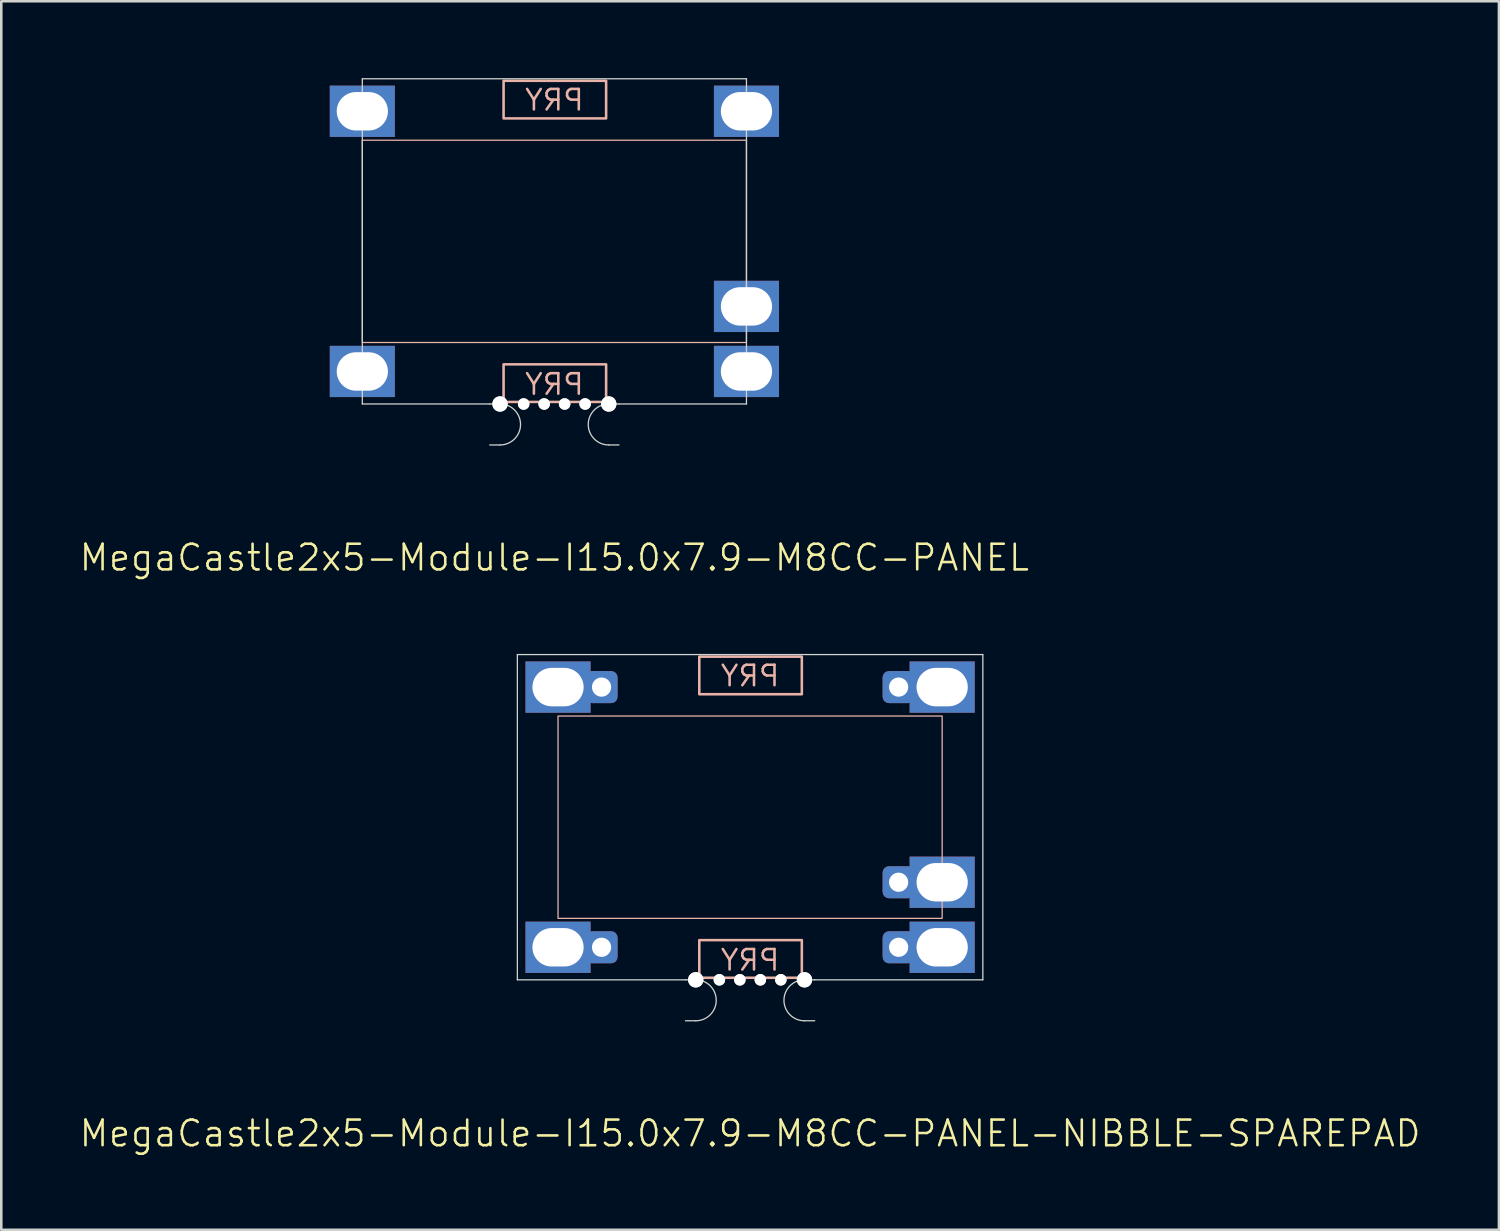
<source format=kicad_pcb>
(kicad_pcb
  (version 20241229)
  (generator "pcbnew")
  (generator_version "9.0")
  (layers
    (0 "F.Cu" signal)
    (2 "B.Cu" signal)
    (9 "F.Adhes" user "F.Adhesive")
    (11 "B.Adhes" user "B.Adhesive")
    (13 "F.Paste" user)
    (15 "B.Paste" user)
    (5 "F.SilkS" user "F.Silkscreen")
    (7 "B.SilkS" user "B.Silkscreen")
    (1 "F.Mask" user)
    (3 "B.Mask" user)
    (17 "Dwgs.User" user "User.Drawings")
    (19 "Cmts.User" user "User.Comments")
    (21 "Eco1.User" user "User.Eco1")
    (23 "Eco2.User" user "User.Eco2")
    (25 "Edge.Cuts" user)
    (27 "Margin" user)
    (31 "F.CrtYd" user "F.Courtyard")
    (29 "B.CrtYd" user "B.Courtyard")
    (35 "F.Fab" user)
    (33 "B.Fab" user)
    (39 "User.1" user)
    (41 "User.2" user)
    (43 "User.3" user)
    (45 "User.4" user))
  (footprint "MegaCastle2x5-Module-I15.0x7.9-M8CC-PANEL-NIBBLE-SPAREPAD"
    (layer "F.Cu")
    (at 26.24 28.86)
    (property "Reference" "MegaCastle2x5-Module-I15.0x7.9-M8CC-PANEL-NIBBLE-SPAREPAD" (at 0 12.35 0) (unlocked yes) (layer "F.SilkS") (effects (font (size 1 1) (thickness 0.1))))
    (attr smd)
    (fp_rect (start -7.5 3.95) (end 7.5 -3.95) (stroke (width 0.05) (type default)) (fill no) (layer "B.SilkS"))
    (fp_rect (start -1.984 -4.801) (end 2.02 -6.27) (stroke (width 0.1) (type default)) (fill no) (layer "B.SilkS"))
    (fp_rect (start -1.984 4.801) (end 2.02 6.27) (stroke (width 0.1) (type default)) (fill no) (layer "B.SilkS"))
    (fp_line (start -9.088 -6.35) (end -9.088 6.35) (stroke (width 0.05) (type default)) (layer "Edge.Cuts"))
    (fp_line (start -9.088 -6.35) (end 9.088 -6.35) (stroke (width 0.05) (type default)) (layer "Edge.Cuts"))
    (fp_line (start -9.088 6.35) (end -2.522 6.35) (stroke (width 0.05) (type default)) (layer "Edge.Cuts"))
    (fp_line (start -2.522 6.35) (end -2.123 6.35) (stroke (width 0.05) (type default)) (layer "Edge.Cuts"))
    (fp_line (start -2.522 7.95) (end -2.123 7.95) (stroke (width 0.05) (type default)) (layer "Edge.Cuts"))
    (fp_line (start 2.522 6.35) (end 2.123 6.35) (stroke (width 0.05) (type default)) (layer "Edge.Cuts"))
    (fp_line (start 2.522 6.35) (end 9.088 6.35) (stroke (width 0.05) (type default)) (layer "Edge.Cuts"))
    (fp_line (start 2.522 7.95) (end 2.123 7.95) (stroke (width 0.05) (type default)) (layer "Edge.Cuts"))
    (fp_line (start 9.088 -6.35) (end 9.088 6.35) (stroke (width 0.05) (type default)) (layer "Edge.Cuts"))
    (fp_arc (start -2.1225 6.35) (mid -1.3225 7.15) (end -2.1225 7.95) (stroke (width 0.05) (type default)) (layer "Edge.Cuts"))
    (fp_arc (start 2.1225 7.95) (mid 1.3225 7.15) (end 2.1225 6.35) (stroke (width 0.05) (type default)) (layer "Edge.Cuts"))
    (fp_text user "PRY" (at 0 6.05 0) (unlocked yes) (layer "B.SilkS") (effects (font (size 0.8 0.8) (thickness 0.1)) (justify bottom mirror)))
    (fp_text user "PRY" (at 0 -5.05 0) (unlocked yes) (layer "B.SilkS") (effects (font (size 0.8 0.8) (thickness 0.1)) (justify bottom mirror)))
    (pad "" np_thru_hole circle (at -2.123 6.35) (size 0.6 0.6) (drill 0.6) (layers "*.Cu" "Edge.Cuts"))
    (pad "" np_thru_hole circle (at -1.2 6.35) (size 0.45 0.45) (drill 0.45) (layers "*.Cu" "Edge.Cuts"))
    (pad "" np_thru_hole circle (at -0.4 6.35) (size 0.45 0.45) (drill 0.45) (layers "*.Cu" "Edge.Cuts"))
    (pad "" np_thru_hole circle (at 0.4 6.35) (size 0.45 0.45) (drill 0.45) (layers "*.Cu" "Edge.Cuts"))
    (pad "" np_thru_hole circle (at 1.2 6.35) (size 0.45 0.45) (drill 0.45) (layers "*.Cu" "Edge.Cuts"))
    (pad "" np_thru_hole circle (at 2.123 6.35) (size 0.6 0.6) (drill 0.6) (layers "*.Cu" "Edge.Cuts"))
    (pad "1" thru_hole rect (at -7.5 -5.08) (size 2.54 2) (drill oval 2 1.5) (property pad_prop_castellated) (layers "*.Cu" "*.Mask"))
    (pad "1" thru_hole roundrect (at -5.8 -5.08 180) (size 1.25 1.25) (drill 0.75) (layers "*.Cu" "*.Mask") (roundrect_rratio 0.2))
    (pad "5" thru_hole rect (at -7.5 5.08) (size 2.54 2) (drill oval 2 1.5) (property pad_prop_castellated) (layers "*.Cu" "*.Mask"))
    (pad "5" thru_hole roundrect (at -5.8 5.08 180) (size 1.25 1.25) (drill 0.75) (layers "*.Cu" "*.Mask") (roundrect_rratio 0.2))
    (pad "6" thru_hole roundrect (at 5.8 -5.08 180) (size 1.25 1.25) (drill 0.75) (layers "*.Cu" "*.Mask") (roundrect_rratio 0.2))
    (pad "6" thru_hole rect (at 7.5 -5.08) (size 2.54 2) (drill oval 2 1.5) (property pad_prop_castellated) (layers "*.Cu" "*.Mask"))
    (pad "9" thru_hole roundrect (at 5.8 2.54 180) (size 1.25 1.25) (drill 0.75) (layers "*.Cu" "*.Mask") (roundrect_rratio 0.2))
    (pad "9" thru_hole rect (at 7.5 2.54) (size 2.54 2) (drill oval 2 1.5) (property pad_prop_castellated) (layers "*.Cu" "*.Mask"))
    (pad "10" thru_hole roundrect (at 5.8 5.08 180) (size 1.25 1.25) (drill 0.75) (layers "*.Cu" "*.Mask") (roundrect_rratio 0.2))
    (pad "10" thru_hole rect (at 7.5 5.08) (size 2.54 2) (drill oval 2 1.5) (property pad_prop_castellated) (layers "*.Cu" "*.Mask"))
    (zone (net_name "") (layer "B.Cu") (hatch edge 0.5) (connect_pads) (min_thickness 0.25) (filled_areas_thickness no) (keepout (tracks allowed) (vias allowed) (pads allowed) (copperpour allowed) (footprints not_allowed)) (placement (enabled no)) (fill) (polygon (pts (xy 18.74 35.211) (xy 18.74 22.511))))
    (zone (net_name "") (layer "B.Cu") (hatch edge 0.5) (connect_pads) (min_thickness 0.25) (filled_areas_thickness no) (keepout (tracks allowed) (vias allowed) (pads allowed) (copperpour allowed) (footprints not_allowed)) (placement (enabled no)) (fill) (polygon (pts (xy 33.74 35.211) (xy 33.74 22.511))))
    (zone (net_name "") (layer "B.Cu") (hatch edge 0.5) (connect_pads) (min_thickness 0.25) (filled_areas_thickness no) (keepout (tracks allowed) (vias allowed) (pads allowed) (copperpour allowed) (footprints not_allowed)) (placement (enabled no)) (fill) (polygon (pts (xy 18.74 22.511) (xy 18.74 24.91) (xy 33.74 24.91) (xy 33.74 22.511))))
    (zone (net_name "") (layer "B.Cu") (hatch edge 0.5) (connect_pads) (min_thickness 0.25) (filled_areas_thickness no) (keepout (tracks allowed) (vias allowed) (pads allowed) (copperpour allowed) (footprints not_allowed)) (placement (enabled no)) (fill) (polygon (pts (xy 18.74 35.211) (xy 18.74 32.81) (xy 33.74 32.81) (xy 33.74 35.211))))
    (zone (net_name "") (layer "B.Cu") (name "Upper Pry Zone") (hatch edge 0.5) (connect_pads) (min_thickness 0.25) (filled_areas_thickness no) (keepout (tracks not_allowed) (vias not_allowed) (pads not_allowed) (copperpour allowed) (footprints not_allowed)) (placement (enabled no)) (fill) (polygon (pts (xy 24.256 24.059) (xy 24.256 22.59) (xy 28.26 22.59) (xy 28.26 24.059))))
    (zone (net_name "") (layer "B.Cu") (name "Upper Pry Zone") (hatch edge 0.5) (connect_pads) (min_thickness 0.25) (filled_areas_thickness no) (keepout (tracks not_allowed) (vias not_allowed) (pads not_allowed) (copperpour allowed) (footprints not_allowed)) (placement (enabled no)) (fill) (polygon (pts (xy 24.256 33.662) (xy 24.256 35.13) (xy 28.26 35.13) (xy 28.26 33.662)))))
  (footprint "MegaCastle2x5-Module-I15.0x7.9-M8CC-PANEL"
    (layer "F.Cu")
    (at 18.598 6.375)
    (property "Reference" "MegaCastle2x5-Module-I15.0x7.9-M8CC-PANEL" (at 0 12.35 0) (unlocked yes) (layer "F.SilkS") (effects (font (size 1 1) (thickness 0.1))))
    (attr smd)
    (fp_rect (start -7.5 3.95) (end 7.5 -3.95) (stroke (width 0.05) (type default)) (fill no) (layer "B.SilkS"))
    (fp_rect (start -1.984 -4.801) (end 2.02 -6.27) (stroke (width 0.1) (type default)) (fill no) (layer "B.SilkS"))
    (fp_rect (start -1.984 4.801) (end 2.02 6.27) (stroke (width 0.1) (type default)) (fill no) (layer "B.SilkS"))
    (fp_line (start -7.5 -6.35) (end -7.5 6.35) (stroke (width 0.05) (type default)) (layer "Edge.Cuts"))
    (fp_line (start -7.5 -6.35) (end 7.5 -6.35) (stroke (width 0.05) (type default)) (layer "Edge.Cuts"))
    (fp_line (start -7.5 6.35) (end -2.522 6.35) (stroke (width 0.05) (type default)) (layer "Edge.Cuts"))
    (fp_line (start -2.522 6.35) (end -2.123 6.35) (stroke (width 0.05) (type default)) (layer "Edge.Cuts"))
    (fp_line (start -2.522 7.95) (end -2.123 7.95) (stroke (width 0.05) (type default)) (layer "Edge.Cuts"))
    (fp_line (start 2.522 6.35) (end 2.123 6.35) (stroke (width 0.05) (type default)) (layer "Edge.Cuts"))
    (fp_line (start 2.522 6.35) (end 7.5 6.35) (stroke (width 0.05) (type default)) (layer "Edge.Cuts"))
    (fp_line (start 2.522 7.95) (end 2.123 7.95) (stroke (width 0.05) (type default)) (layer "Edge.Cuts"))
    (fp_line (start 7.5 -6.35) (end 7.5 6.35) (stroke (width 0.05) (type default)) (layer "Edge.Cuts"))
    (fp_arc (start -2.1225 6.35) (mid -1.3225 7.15) (end -2.1225 7.95) (stroke (width 0.05) (type default)) (layer "Edge.Cuts"))
    (fp_arc (start 2.1225 7.95) (mid 1.3225 7.15) (end 2.1225 6.35) (stroke (width 0.05) (type default)) (layer "Edge.Cuts"))
    (fp_text user "PRY" (at 0 6.05 0) (unlocked yes) (layer "B.SilkS") (effects (font (size 0.8 0.8) (thickness 0.1)) (justify bottom mirror)))
    (fp_text user "PRY" (at 0 -5.05 0) (unlocked yes) (layer "B.SilkS") (effects (font (size 0.8 0.8) (thickness 0.1)) (justify bottom mirror)))
    (pad "" np_thru_hole circle (at -2.123 6.35) (size 0.6 0.6) (drill 0.6) (layers "*.Cu" "Edge.Cuts"))
    (pad "" np_thru_hole circle (at -1.2 6.35) (size 0.45 0.45) (drill 0.45) (layers "*.Cu" "Edge.Cuts"))
    (pad "" np_thru_hole circle (at -0.4 6.35) (size 0.45 0.45) (drill 0.45) (layers "*.Cu" "Edge.Cuts"))
    (pad "" np_thru_hole circle (at 0.4 6.35) (size 0.45 0.45) (drill 0.45) (layers "*.Cu" "Edge.Cuts"))
    (pad "" np_thru_hole circle (at 1.2 6.35) (size 0.45 0.45) (drill 0.45) (layers "*.Cu" "Edge.Cuts"))
    (pad "" np_thru_hole circle (at 2.123 6.35) (size 0.6 0.6) (drill 0.6) (layers "*.Cu" "Edge.Cuts"))
    (pad "1" thru_hole rect (at -7.5 -5.08) (size 2.54 2) (drill oval 2 1.5) (property pad_prop_castellated) (layers "*.Cu" "*.Mask"))
    (pad "5" thru_hole rect (at -7.5 5.08) (size 2.54 2) (drill oval 2 1.5) (property pad_prop_castellated) (layers "*.Cu" "*.Mask"))
    (pad "6" thru_hole rect (at 7.5 -5.08) (size 2.54 2) (drill oval 2 1.5) (property pad_prop_castellated) (layers "*.Cu" "*.Mask"))
    (pad "9" thru_hole rect (at 7.5 2.54) (size 2.54 2) (drill oval 2 1.5) (property pad_prop_castellated) (layers "*.Cu" "*.Mask"))
    (pad "10" thru_hole rect (at 7.5 5.08) (size 2.54 2) (drill oval 2 1.5) (property pad_prop_castellated) (layers "*.Cu" "*.Mask"))
    (zone (net_name "") (layer "B.Cu") (hatch edge 0.5) (connect_pads) (min_thickness 0.25) (filled_areas_thickness no) (keepout (tracks allowed) (vias allowed) (pads allowed) (copperpour allowed) (footprints not_allowed)) (placement (enabled no)) (fill) (polygon (pts (xy 11.098 12.725) (xy 11.098 0.025))))
    (zone (net_name "") (layer "B.Cu") (hatch edge 0.5) (connect_pads) (min_thickness 0.25) (filled_areas_thickness no) (keepout (tracks allowed) (vias allowed) (pads allowed) (copperpour allowed) (footprints not_allowed)) (placement (enabled no)) (fill) (polygon (pts (xy 26.098 12.725) (xy 26.098 0.025))))
    (zone (net_name "") (layer "B.Cu") (hatch edge 0.5) (connect_pads) (min_thickness 0.25) (filled_areas_thickness no) (keepout (tracks allowed) (vias allowed) (pads allowed) (copperpour allowed) (footprints not_allowed)) (placement (enabled no)) (fill) (polygon (pts (xy 11.098 0.025) (xy 11.098 2.425) (xy 26.098 2.425) (xy 26.098 0.025))))
    (zone (net_name "") (layer "B.Cu") (hatch edge 0.5) (connect_pads) (min_thickness 0.25) (filled_areas_thickness no) (keepout (tracks allowed) (vias allowed) (pads allowed) (copperpour allowed) (footprints not_allowed)) (placement (enabled no)) (fill) (polygon (pts (xy 11.098 12.725) (xy 11.098 10.325) (xy 26.098 10.325) (xy 26.098 12.725))))
    (zone (net_name "") (layer "B.Cu") (name "Upper Pry Zone") (hatch edge 0.5) (connect_pads) (min_thickness 0.25) (filled_areas_thickness no) (keepout (tracks not_allowed) (vias not_allowed) (pads not_allowed) (copperpour allowed) (footprints not_allowed)) (placement (enabled no)) (fill) (polygon (pts (xy 16.613 1.574) (xy 16.613 0.105) (xy 20.617 0.105) (xy 20.617 1.574))))
    (zone (net_name "") (layer "B.Cu") (name "Upper Pry Zone") (hatch edge 0.5) (connect_pads) (min_thickness 0.25) (filled_areas_thickness no) (keepout (tracks not_allowed) (vias not_allowed) (pads not_allowed) (copperpour allowed) (footprints not_allowed)) (placement (enabled no)) (fill) (polygon (pts (xy 16.613 11.176) (xy 16.613 12.645) (xy 20.617 12.645) (xy 20.617 11.176)))))
  (gr_rect
    (start -3 -3)
    (end 55.481 44.971)
    (stroke (width 0.1) (type default))
    (fill no)
    (layer "Edge.Cuts")))
</source>
